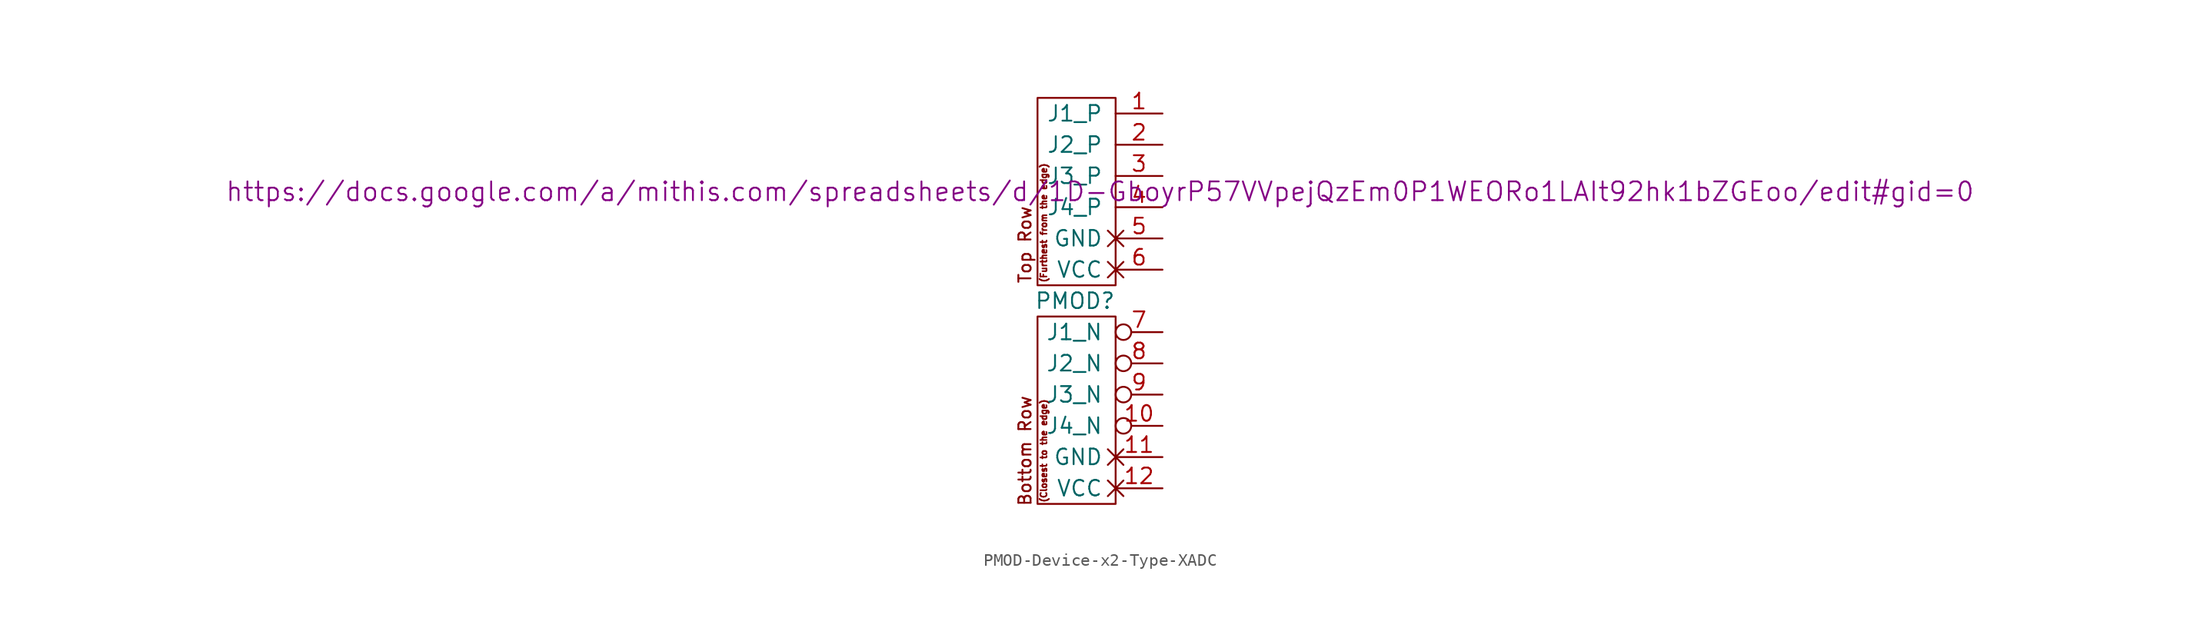
<source format=kicad_sym>
(kicad_symbol_lib
  (version 20231120)
  (generator "kicad_symbol_editor")
  (generator_version "8.0")
  (symbol "PMOD-Device-x2-Type-XADC"
    (pin_names
      (offset 1.016))
    (property "Reference" "PMOD"
      (at -3.302 -1.27 0)
      (effects (font (size 1.27 1.27))))
    (property "Datasheet" "https://docs.google.com/a/mithis.com/spreadsheets/d/1D-GboyrP57VVpejQzEm0P1WEORo1LAIt92hk1bZGEoo/edit#gid=0"
      (at -1.27 7.62 0)
      (effects (font (size 1.524 1.524))))
    (symbol "PMOD-Device-x2-Type-XADC_0_0"
      (text "(Closest to the edge)" (at -5.842 -13.462 900) (effects (font (size 0.508 0.508))))
      (text "(Furthest from the edge)" (at -5.842 5.08 900) (effects (font (size 0.508 0.508))))
      (text "Bottom Row" (at -7.366 -13.462 900) (effects (font (size 0.991 0.991))))
      (text "Top Row" (at -7.366 3.302 900) (effects (font (size 0.991 0.991)))))
    (symbol "PMOD-Device-x2-Type-XADC_0_1"
      (rectangle (start -6.35 -2.54) (end 0 -17.78) (stroke (width 0) (type solid)) (fill (type none)))
      (rectangle (start 0 15.24) (end -6.35 0) (stroke (width 0) (type solid)) (fill (type none))))
    (symbol "PMOD-Device-x2-Type-XADC_1_1"
      (pin bidirectional line (at 3.81 13.97 180) (length 3.81) (name "J1_P" (effects (font (size 1.27 1.27)))) (number "1" (effects (font (size 1.27 1.27)))))
      (pin bidirectional inverted (at 3.81 -11.43 180) (length 3.81) (name "J4_N" (effects (font (size 1.27 1.27)))) (number "10" (effects (font (size 1.27 1.27)))))
      (pin power_out non_logic (at 3.81 -13.97 180) (length 3.81) (name "GND" (effects (font (size 1.27 1.27)))) (number "11" (effects (font (size 1.27 1.27)))))
      (pin power_out non_logic (at 3.81 -16.51 180) (length 3.81) (name "VCC" (effects (font (size 1.27 1.27)))) (number "12" (effects (font (size 1.27 1.27)))))
      (pin bidirectional line (at 3.81 11.43 180) (length 3.81) (name "J2_P" (effects (font (size 1.27 1.27)))) (number "2" (effects (font (size 1.27 1.27)))))
      (pin bidirectional line (at 3.81 8.89 180) (length 3.81) (name "J3_P" (effects (font (size 1.27 1.27)))) (number "3" (effects (font (size 1.27 1.27)))))
      (pin bidirectional line (at 3.81 6.35 180) (length 3.81) (name "J4_P" (effects (font (size 1.27 1.27)))) (number "4" (effects (font (size 1.27 1.27)))))
      (pin power_out non_logic (at 3.81 3.81 180) (length 3.81) (name "GND" (effects (font (size 1.27 1.27)))) (number "5" (effects (font (size 1.27 1.27)))))
      (pin power_out non_logic (at 3.81 1.27 180) (length 3.81) (name "VCC" (effects (font (size 1.27 1.27)))) (number "6" (effects (font (size 1.27 1.27)))))
      (pin bidirectional inverted (at 3.81 -3.81 180) (length 3.81) (name "J1_N" (effects (font (size 1.27 1.27)))) (number "7" (effects (font (size 1.27 1.27)))))
      (pin bidirectional inverted (at 3.81 -6.35 180) (length 3.81) (name "J2_N" (effects (font (size 1.27 1.27)))) (number "8" (effects (font (size 1.27 1.27)))))
      (pin bidirectional inverted (at 3.81 -8.89 180) (length 3.81) (name "J3_N" (effects (font (size 1.27 1.27)))) (number "9" (effects (font (size 1.27 1.27))))))))
</source>
